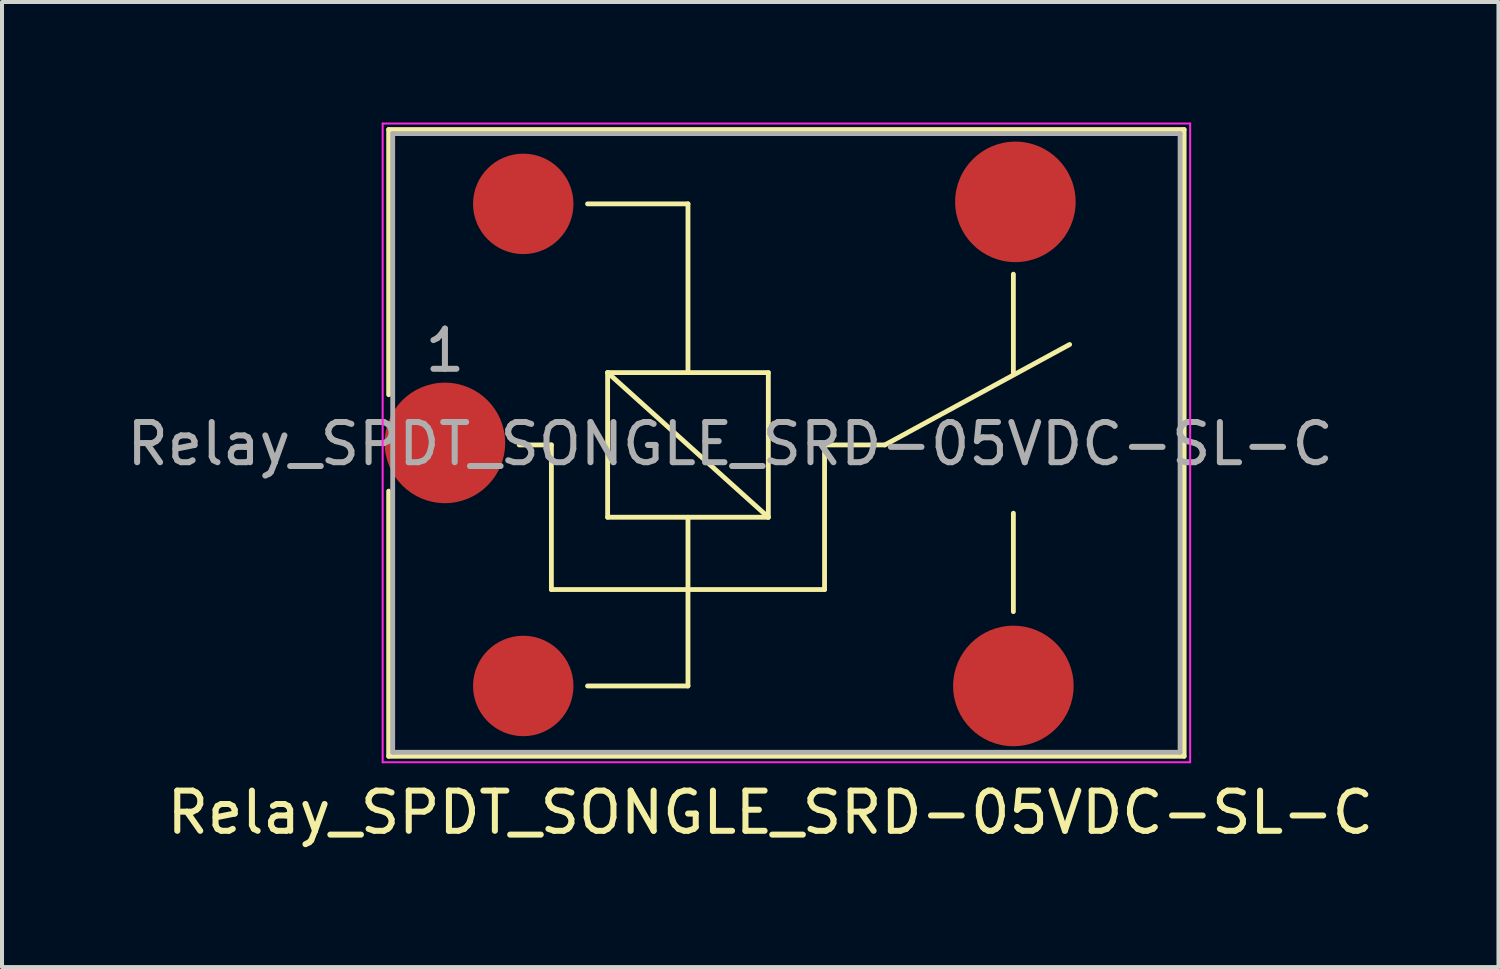
<source format=kicad_pcb>
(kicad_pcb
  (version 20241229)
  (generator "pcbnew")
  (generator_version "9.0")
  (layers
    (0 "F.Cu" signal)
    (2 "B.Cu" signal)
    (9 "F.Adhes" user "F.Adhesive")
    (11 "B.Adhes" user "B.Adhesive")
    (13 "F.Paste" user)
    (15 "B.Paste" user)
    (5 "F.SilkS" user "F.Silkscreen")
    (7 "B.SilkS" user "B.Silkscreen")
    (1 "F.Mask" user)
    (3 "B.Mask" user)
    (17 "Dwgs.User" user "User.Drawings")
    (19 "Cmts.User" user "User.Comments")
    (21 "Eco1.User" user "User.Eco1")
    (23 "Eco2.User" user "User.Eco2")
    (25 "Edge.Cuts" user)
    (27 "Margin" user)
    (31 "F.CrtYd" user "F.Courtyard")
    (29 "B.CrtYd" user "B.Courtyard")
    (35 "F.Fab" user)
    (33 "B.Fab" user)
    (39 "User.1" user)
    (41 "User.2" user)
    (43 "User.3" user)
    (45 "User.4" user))
  (footprint "Relay_SPDT_SONGLE_SRD-05VDC-SL-C"
    (layer "F.Cu")
    (at 8.025 7.975)
    (property "Reference" "Relay_SPDT_SONGLE_SRD-05VDC-SL-C" (at 8.1 9.2 0) (layer "F.SilkS") (effects (font (size 1 1) (thickness 0.15))))
    (attr through_hole)
    (fp_line (start -1.4 -7.8) (end -1.4 -1.2) (stroke (width 0.12) (type solid)) (layer "F.SilkS"))
    (fp_line (start -1.4 -7.8) (end 18.4 -7.8) (stroke (width 0.12) (type solid)) (layer "F.SilkS"))
    (fp_line (start -1.4 1.2) (end -1.4 7.8) (stroke (width 0.12) (type solid)) (layer "F.SilkS"))
    (fp_line (start 2.65 0.05) (end 1.85 0.05) (stroke (width 0.12) (type solid)) (layer "F.SilkS"))
    (fp_line (start 2.65 0.05) (end 2.65 3.65) (stroke (width 0.12) (type solid)) (layer "F.SilkS"))
    (fp_line (start 3.55 6.05) (end 6.05 6.05) (stroke (width 0.12) (type solid)) (layer "F.SilkS"))
    (fp_line (start 4.05 -1.75) (end 8.05 -1.75) (stroke (width 0.12) (type solid)) (layer "F.SilkS"))
    (fp_line (start 4.05 1.85) (end 4.05 -1.75) (stroke (width 0.12) (type solid)) (layer "F.SilkS"))
    (fp_line (start 6.05 -5.95) (end 3.55 -5.95) (stroke (width 0.12) (type solid)) (layer "F.SilkS"))
    (fp_line (start 6.05 -5.95) (end 6.05 -1.75) (stroke (width 0.12) (type solid)) (layer "F.SilkS"))
    (fp_line (start 6.05 1.85) (end 6.05 6.05) (stroke (width 0.12) (type solid)) (layer "F.SilkS"))
    (fp_line (start 8.05 -1.75) (end 8.05 1.85) (stroke (width 0.12) (type solid)) (layer "F.SilkS"))
    (fp_line (start 8.05 1.85) (end 4.05 -1.75) (stroke (width 0.12) (type solid)) (layer "F.SilkS"))
    (fp_line (start 8.05 1.85) (end 4.05 1.85) (stroke (width 0.12) (type solid)) (layer "F.SilkS"))
    (fp_line (start 9.45 0.05) (end 9.45 3.65) (stroke (width 0.12) (type solid)) (layer "F.SilkS"))
    (fp_line (start 9.45 0.05) (end 10.95 0.05) (stroke (width 0.12) (type solid)) (layer "F.SilkS"))
    (fp_line (start 9.45 3.65) (end 2.65 3.65) (stroke (width 0.12) (type solid)) (layer "F.SilkS"))
    (fp_line (start 10.95 0.05) (end 15.55 -2.45) (stroke (width 0.12) (type solid)) (layer "F.SilkS"))
    (fp_line (start 14.15 -4.2) (end 14.15 -1.7) (stroke (width 0.12) (type solid)) (layer "F.SilkS"))
    (fp_line (start 14.15 4.2) (end 14.15 1.75) (stroke (width 0.12) (type solid)) (layer "F.SilkS"))
    (fp_line (start 18.4 -7.8) (end 18.4 7.8) (stroke (width 0.12) (type solid)) (layer "F.SilkS"))
    (fp_line (start 18.4 7.8) (end -1.4 7.8) (stroke (width 0.12) (type solid)) (layer "F.SilkS"))
    (fp_line (start -1.55 7.95) (end -1.55 -7.95) (stroke (width 0.05) (type solid)) (layer "F.CrtYd"))
    (fp_line (start -1.55 7.95) (end 18.55 7.95) (stroke (width 0.05) (type solid)) (layer "F.CrtYd"))
    (fp_line (start 18.55 -7.95) (end -1.55 -7.95) (stroke (width 0.05) (type solid)) (layer "F.CrtYd"))
    (fp_line (start 18.55 -7.95) (end 18.55 7.95) (stroke (width 0.05) (type solid)) (layer "F.CrtYd"))
    (fp_line (start -1.3 -7.7) (end 18.3 -7.7) (stroke (width 0.12) (type solid)) (layer "F.Fab"))
    (fp_line (start -1.3 7.7) (end -1.3 -7.7) (stroke (width 0.12) (type solid)) (layer "F.Fab"))
    (fp_line (start 18.3 -7.7) (end 18.3 7.7) (stroke (width 0.12) (type solid)) (layer "F.Fab"))
    (fp_line (start 18.3 7.7) (end -1.3 7.7) (stroke (width 0.12) (type solid)) (layer "F.Fab"))
    (fp_text user "${REFERENCE}" (at 7.1 0.025 0) (layer "F.Fab") (effects (font (size 1 1) (thickness 0.15))))
    (fp_text user "1" (at 0 -2.3 0) (layer "F.Fab") (effects (font (size 1 1) (thickness 0.15))))
    (pad "1" smd circle (at 1.95 -5.95 90) (size 2.5 2.5) (layers "F.Cu" "F.Mask" "F.Paste"))
    (pad "2" smd circle (at 1.95 6.05 90) (size 2.5 2.5) (layers "F.Cu" "F.Mask" "F.Paste"))
    (pad "3" smd circle (at 14.2 -6 90) (size 3 3) (layers "F.Cu" "F.Mask" "F.Paste"))
    (pad "4" smd circle (at 0 0 90) (size 3 3) (layers "F.Cu" "F.Mask" "F.Paste"))
    (pad "5" smd circle (at 14.15 6.05 90) (size 3 3) (layers "F.Cu" "F.Mask" "F.Paste")))
  (gr_rect
    (start -3 -3)
    (end 34.25 21.023)
    (stroke (width 0.1) (type default))
    (fill no)
    (layer "Edge.Cuts")))
</source>
